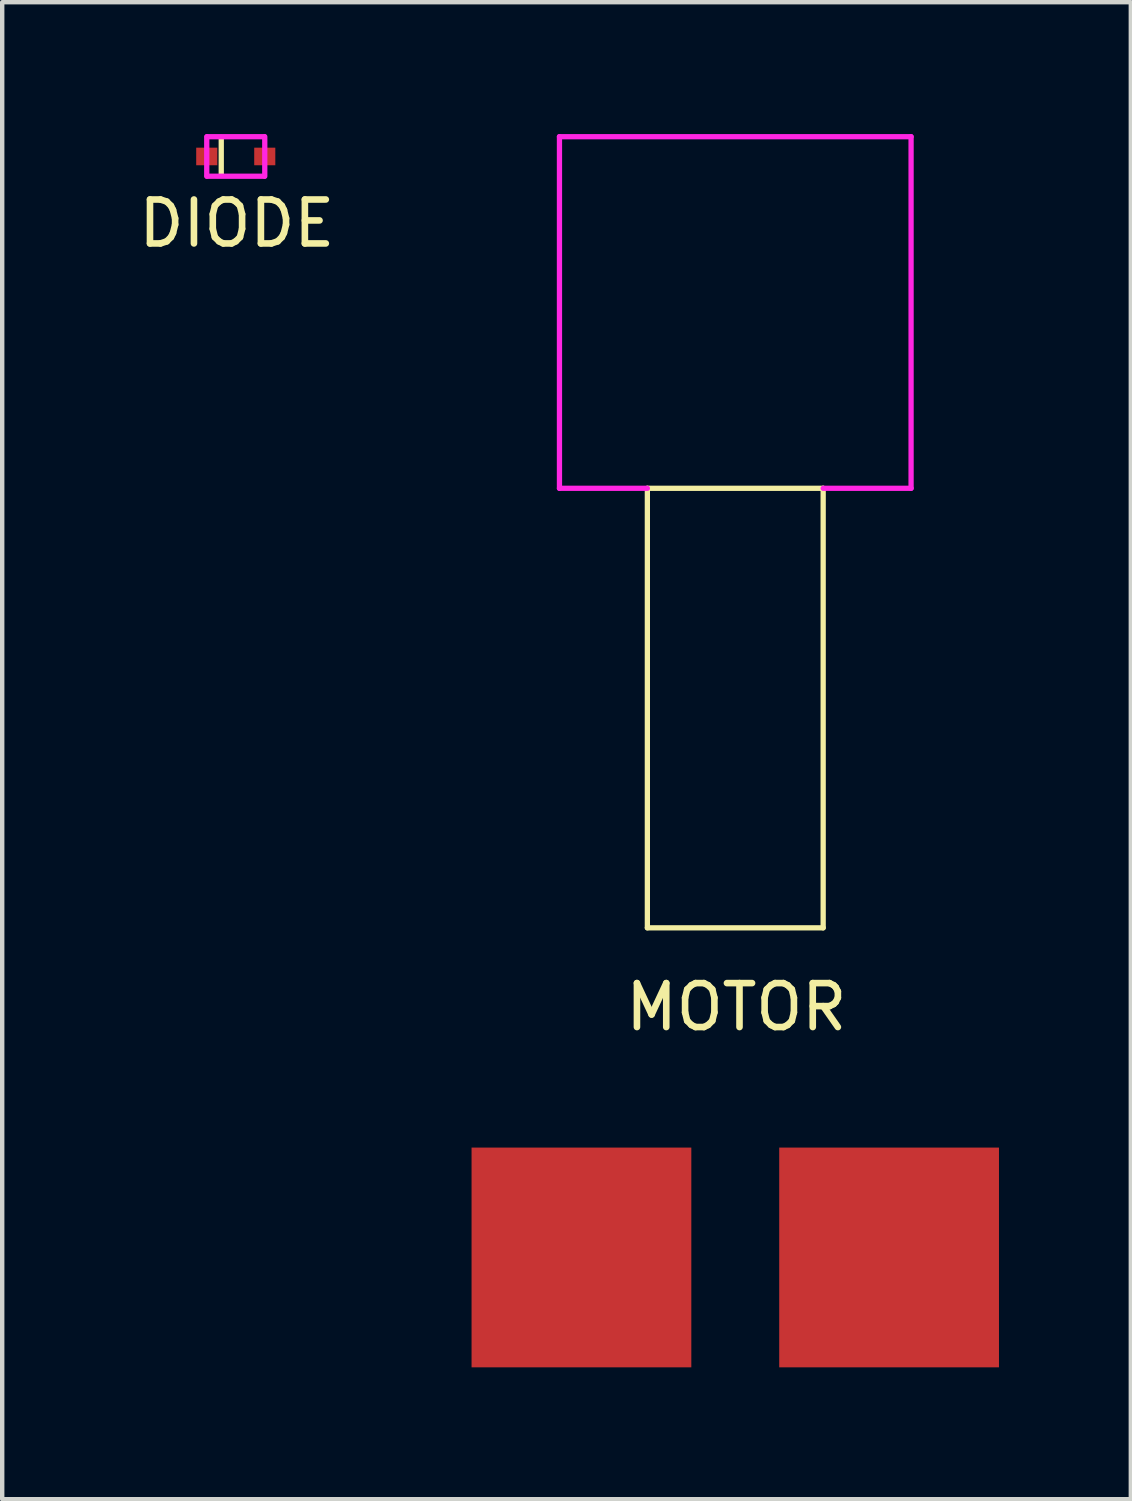
<source format=kicad_pcb>
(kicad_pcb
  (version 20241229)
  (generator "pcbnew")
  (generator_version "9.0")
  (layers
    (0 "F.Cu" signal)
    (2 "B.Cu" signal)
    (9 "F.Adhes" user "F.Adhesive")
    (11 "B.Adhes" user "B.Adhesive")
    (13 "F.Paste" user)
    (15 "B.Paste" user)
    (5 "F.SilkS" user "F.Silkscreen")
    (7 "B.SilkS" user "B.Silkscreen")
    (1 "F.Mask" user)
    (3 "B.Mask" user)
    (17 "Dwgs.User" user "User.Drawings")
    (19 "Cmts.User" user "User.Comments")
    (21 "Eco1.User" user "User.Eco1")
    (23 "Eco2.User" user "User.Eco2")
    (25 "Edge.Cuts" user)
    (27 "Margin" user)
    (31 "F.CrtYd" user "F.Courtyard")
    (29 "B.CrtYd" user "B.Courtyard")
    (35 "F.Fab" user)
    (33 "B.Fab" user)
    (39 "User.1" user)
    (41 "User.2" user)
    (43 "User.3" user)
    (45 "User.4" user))
  (footprint "DIODE"
    (layer "F.Cu")
    (at 2.314 0.51)
    (property "Reference" "DIODE" (at 0.025 1.524 0) (layer "F.SilkS") (effects (font (size 1 1) (thickness 0.15))))
    (attr through_hole)
    (fp_line (start -0.33 -0.432) (end -0.33 0.432) (stroke (width 0.12) (type solid)) (layer "F.SilkS"))
    (fp_line (start -0.66 0.45) (end -0.66 -0.45) (stroke (width 0.12) (type solid)) (layer "F.CrtYd"))
    (fp_line (start 0.65 -0.45) (end -0.65 -0.45) (stroke (width 0.12) (type solid)) (layer "F.CrtYd"))
    (fp_line (start 0.65 0.45) (end -0.65 0.45) (stroke (width 0.12) (type solid)) (layer "F.CrtYd"))
    (fp_line (start 0.66 -0.45) (end 0.66 0.45) (stroke (width 0.12) (type solid)) (layer "F.CrtYd"))
    (pad "1" smd rect (at 0.66 0) (size 0.48 0.4) (layers "F.Cu" "F.Mask" "F.Paste"))
    (pad "2" smd rect (at -0.66 0) (size 0.48 0.4) (layers "F.Cu" "F.Mask" "F.Paste")))
  (footprint "MOTOR"
    (layer "F.Cu")
    (at 13.679 18.06)
    (property "Reference" "MOTOR" (at 0.025 1.803 0) (layer "F.SilkS") (effects (font (size 1 1) (thickness 0.15))))
    (attr through_hole)
    (fp_line (start -2 -10) (end 2 -10) (stroke (width 0.12) (type solid)) (layer "F.SilkS"))
    (fp_line (start -2 0) (end -2 -10) (stroke (width 0.12) (type solid)) (layer "F.SilkS"))
    (fp_line (start 2 0) (end -2 0) (stroke (width 0.12) (type solid)) (layer "F.SilkS"))
    (fp_line (start 2 0) (end 2 -10) (stroke (width 0.12) (type solid)) (layer "F.SilkS"))
    (fp_line (start -4 -10) (end -4 -18) (stroke (width 0.12) (type solid)) (layer "F.CrtYd"))
    (fp_line (start -2 -10) (end -4 -10) (stroke (width 0.12) (type solid)) (layer "F.CrtYd"))
    (fp_line (start 2 -10) (end 4 -10) (stroke (width 0.12) (type solid)) (layer "F.CrtYd"))
    (fp_line (start 4 -18) (end -4 -18) (stroke (width 0.12) (type solid)) (layer "F.CrtYd"))
    (fp_line (start 4 -10) (end 4 -18) (stroke (width 0.12) (type solid)) (layer "F.CrtYd"))
    (pad "1" smd rect (at 3.5 7.5) (size 5 5) (layers "F.Cu" "F.Mask" "F.Paste"))
    (pad "2" smd rect (at -3.5 7.5) (size 5 5) (layers "F.Cu" "F.Mask" "F.Paste")))
  (gr_rect
    (start -3 -3)
    (end 22.679 31.06)
    (stroke (width 0.1) (type default))
    (fill no)
    (layer "Edge.Cuts")))
</source>
